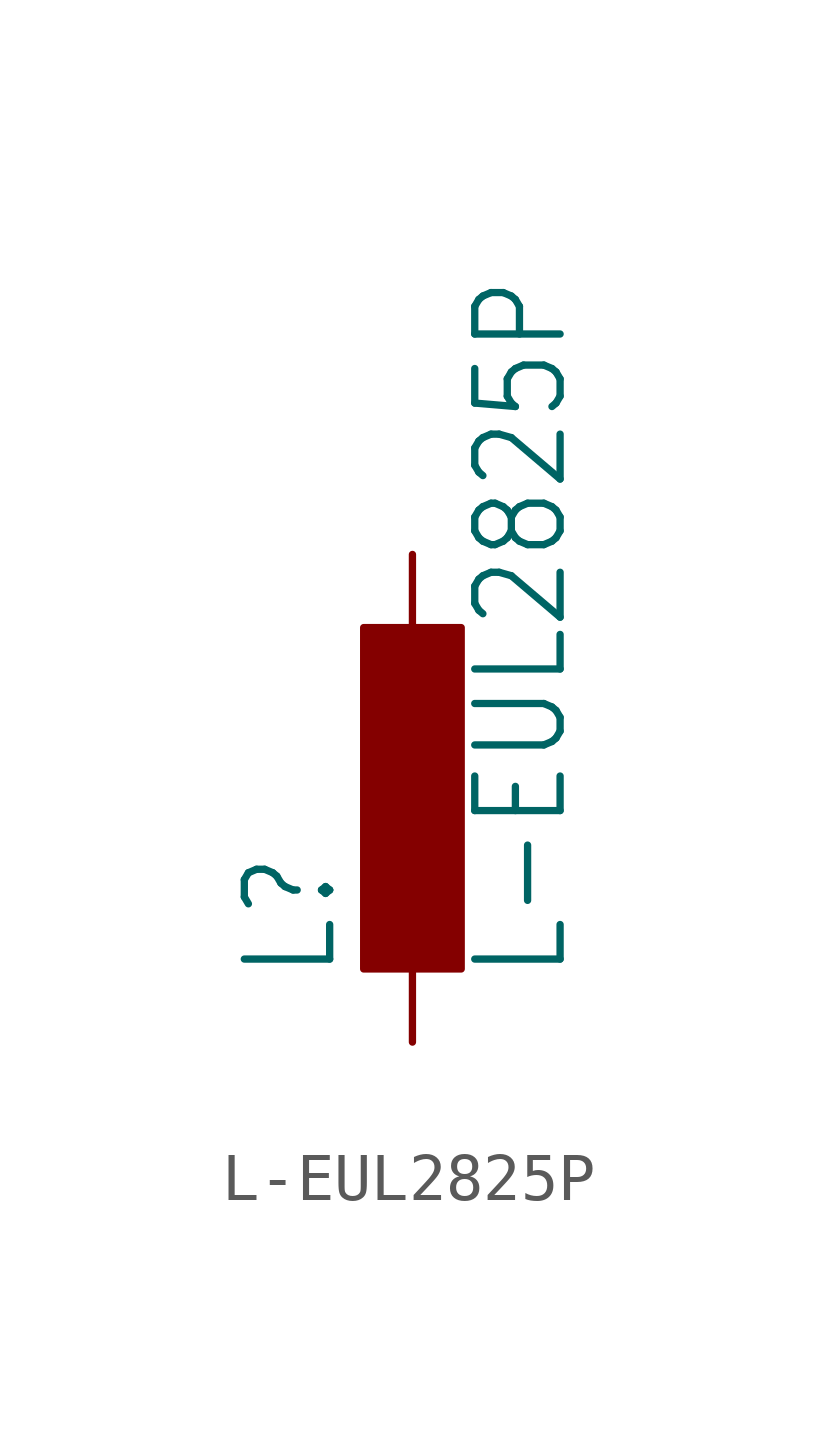
<source format=kicad_sym>
(kicad_symbol_lib
  (version 20211014)
  (generator kicad_symbol_editor)
  (symbol "L-EUL2825P"
    (property "Reference" "L"
      (at -1.499 -3.81 90)
      (effects (font (size 1.778 1.511)) (justify left bottom)))
    (property "Value" "L-EUL2825P"
      (at 3.302 -3.81 90)
      (effects (font (size 1.778 1.511)) (justify left bottom)))
    (property "ki_locked" ""
      (at 0 0 0)
      (effects (font (size 1.27 1.27))))
    (symbol "L-EUL2825P_1_0"
      (rectangle (start -1.016 -3.556) (end 1.016 3.556) (stroke (width 0) (type default) (color 0 0 0 0)) (fill (type outline)))
      (pin passive line (at 0 5.08 270) (length 2.54) (name "1" (effects (font (size 0 0)))) (number "1" (effects (font (size 0 0)))))
      (pin passive line (at 0 -5.08 90) (length 2.54) (name "2" (effects (font (size 0 0)))) (number "2" (effects (font (size 0 0))))))))
</source>
